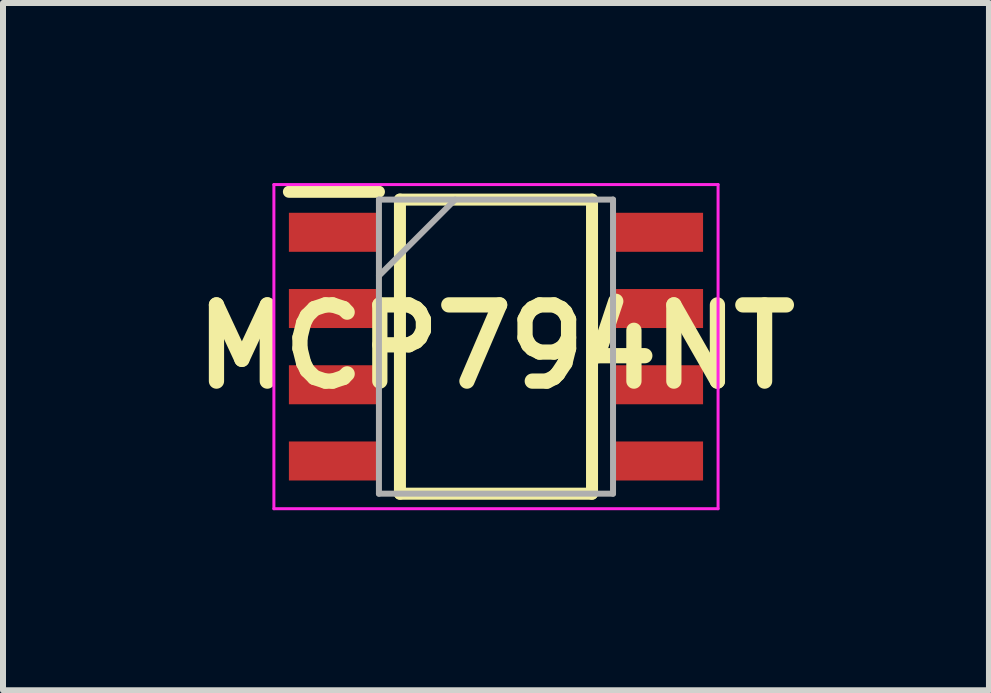
<source format=kicad_pcb>
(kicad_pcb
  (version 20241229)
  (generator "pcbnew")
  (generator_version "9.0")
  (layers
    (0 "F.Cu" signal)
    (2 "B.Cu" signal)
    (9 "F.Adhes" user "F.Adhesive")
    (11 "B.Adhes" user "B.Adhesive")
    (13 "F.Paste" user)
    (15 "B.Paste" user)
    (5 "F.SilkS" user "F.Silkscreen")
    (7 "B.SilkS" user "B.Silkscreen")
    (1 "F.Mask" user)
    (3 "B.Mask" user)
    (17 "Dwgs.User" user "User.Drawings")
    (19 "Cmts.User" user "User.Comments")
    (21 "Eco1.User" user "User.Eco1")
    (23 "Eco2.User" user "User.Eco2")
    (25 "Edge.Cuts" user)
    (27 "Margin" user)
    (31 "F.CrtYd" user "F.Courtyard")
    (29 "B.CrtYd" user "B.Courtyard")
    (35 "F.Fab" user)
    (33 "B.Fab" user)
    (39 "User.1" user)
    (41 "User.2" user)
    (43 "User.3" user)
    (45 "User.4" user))
  (footprint "MCP794NT"
    (layer "F.Cu")
    (at 5.213 2.725)
    (property "Reference" "MCP794NT" (at 0 0 0) (layer "F.SilkS") (effects (font (size 1.27 1.27) (thickness 0.254))))
    (attr smd)
    (fp_line (start -3.45 -2.58) (end -1.95 -2.58) (stroke (width 0.2) (type solid)) (layer "F.SilkS"))
    (fp_line (start -1.6 -2.45) (end 1.6 -2.45) (stroke (width 0.2) (type solid)) (layer "F.SilkS"))
    (fp_line (start -1.6 2.45) (end -1.6 -2.45) (stroke (width 0.2) (type solid)) (layer "F.SilkS"))
    (fp_line (start 1.6 -2.45) (end 1.6 2.45) (stroke (width 0.2) (type solid)) (layer "F.SilkS"))
    (fp_line (start 1.6 2.45) (end -1.6 2.45) (stroke (width 0.2) (type solid)) (layer "F.SilkS"))
    (fp_line (start -3.7 -2.7) (end 3.7 -2.7) (stroke (width 0.05) (type solid)) (layer "F.CrtYd"))
    (fp_line (start -3.7 2.7) (end -3.7 -2.7) (stroke (width 0.05) (type solid)) (layer "F.CrtYd"))
    (fp_line (start 3.7 -2.7) (end 3.7 2.7) (stroke (width 0.05) (type solid)) (layer "F.CrtYd"))
    (fp_line (start 3.7 2.7) (end -3.7 2.7) (stroke (width 0.05) (type solid)) (layer "F.CrtYd"))
    (fp_line (start -1.95 -2.45) (end 1.95 -2.45) (stroke (width 0.1) (type solid)) (layer "F.Fab"))
    (fp_line (start -1.95 -1.18) (end -0.68 -2.45) (stroke (width 0.1) (type solid)) (layer "F.Fab"))
    (fp_line (start -1.95 2.45) (end -1.95 -2.45) (stroke (width 0.1) (type solid)) (layer "F.Fab"))
    (fp_line (start 1.95 -2.45) (end 1.95 2.45) (stroke (width 0.1) (type solid)) (layer "F.Fab"))
    (fp_line (start 1.95 2.45) (end -1.95 2.45) (stroke (width 0.1) (type solid)) (layer "F.Fab"))
    (pad "1" smd rect (at -2.7 -1.905 90) (size 0.65 1.5) (layers "F.Cu" "F.Mask" "F.Paste"))
    (pad "2" smd rect (at -2.7 -0.635 90) (size 0.65 1.5) (layers "F.Cu" "F.Mask" "F.Paste"))
    (pad "3" smd rect (at -2.7 0.635 90) (size 0.65 1.5) (layers "F.Cu" "F.Mask" "F.Paste"))
    (pad "4" smd rect (at -2.7 1.905 90) (size 0.65 1.5) (layers "F.Cu" "F.Mask" "F.Paste"))
    (pad "5" smd rect (at 2.7 1.905 90) (size 0.65 1.5) (layers "F.Cu" "F.Mask" "F.Paste"))
    (pad "6" smd rect (at 2.7 0.635 90) (size 0.65 1.5) (layers "F.Cu" "F.Mask" "F.Paste"))
    (pad "7" smd rect (at 2.7 -0.635 90) (size 0.65 1.5) (layers "F.Cu" "F.Mask" "F.Paste"))
    (pad "8" smd rect (at 2.7 -1.905 90) (size 0.65 1.5) (layers "F.Cu" "F.Mask" "F.Paste")))
  (gr_rect
    (start -3 -3)
    (end 13.426 8.45)
    (stroke (width 0.1) (type default))
    (fill no)
    (layer "Edge.Cuts")))
</source>
